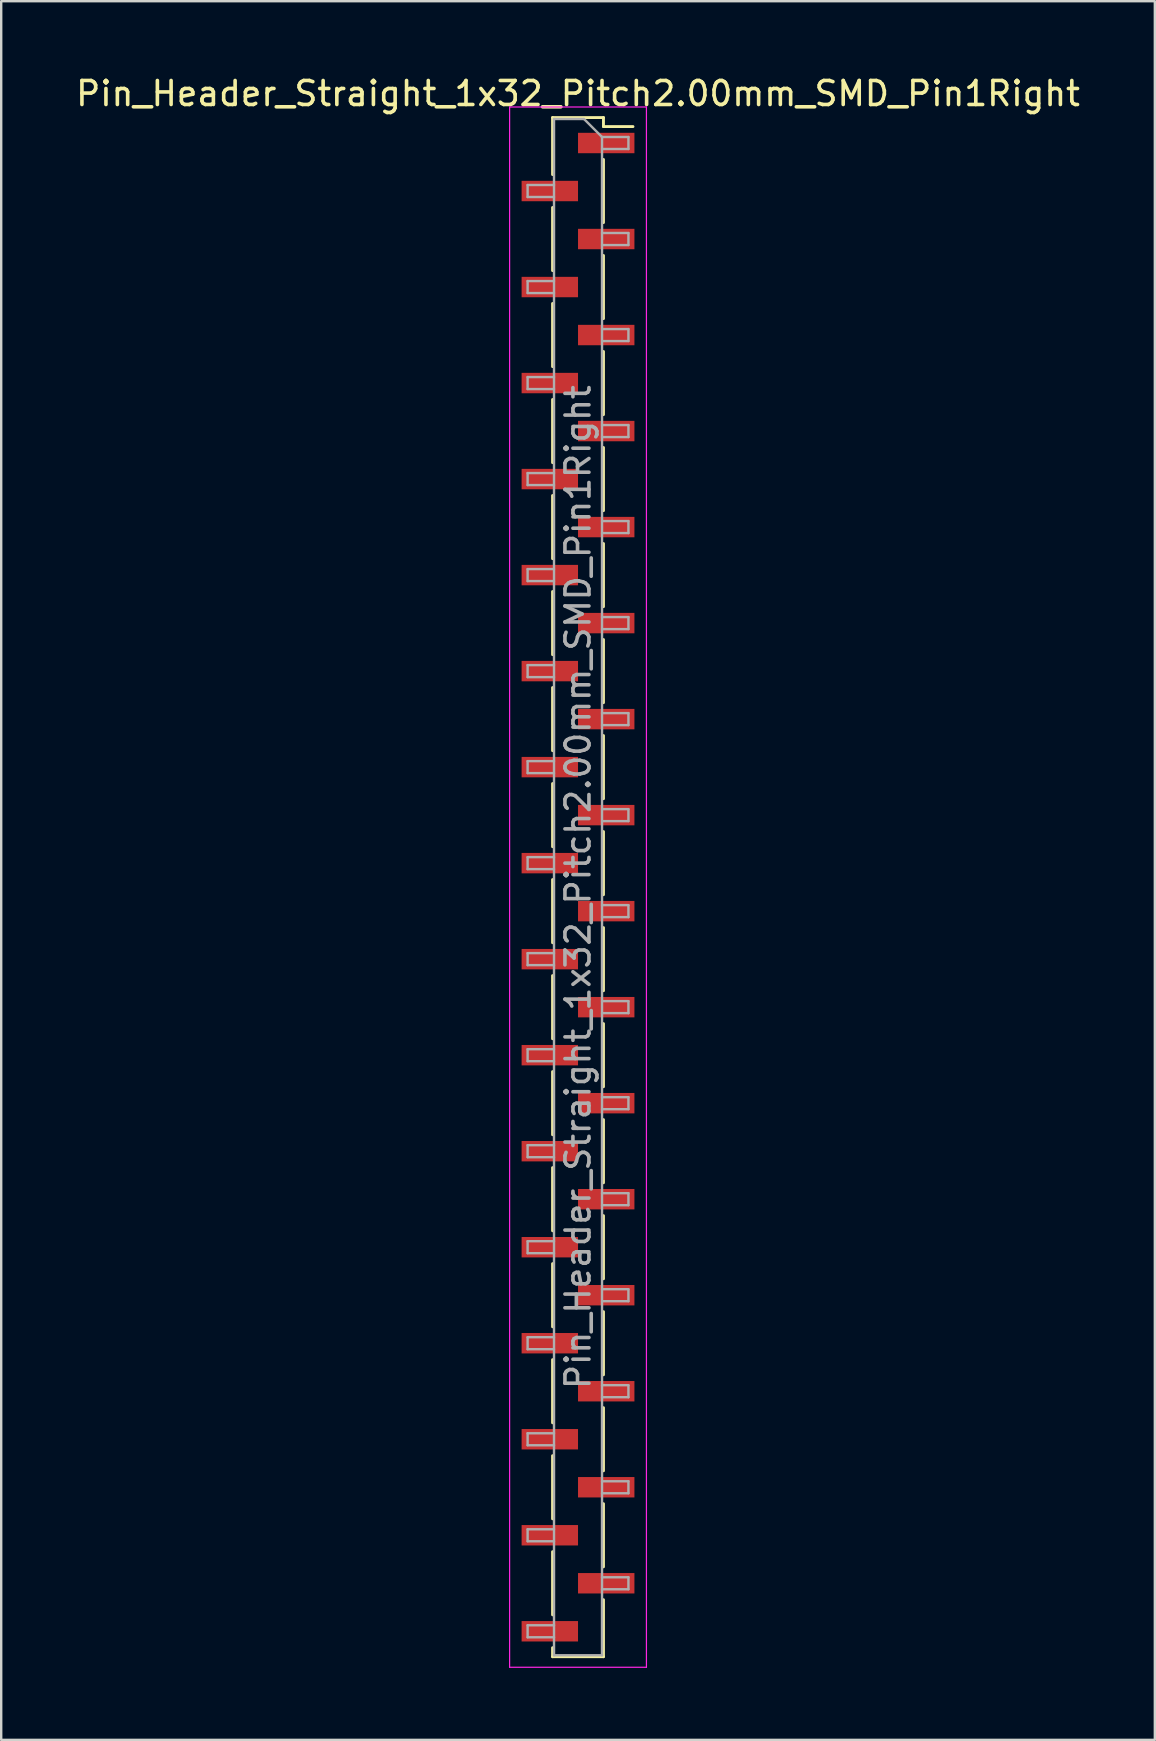
<source format=kicad_pcb>
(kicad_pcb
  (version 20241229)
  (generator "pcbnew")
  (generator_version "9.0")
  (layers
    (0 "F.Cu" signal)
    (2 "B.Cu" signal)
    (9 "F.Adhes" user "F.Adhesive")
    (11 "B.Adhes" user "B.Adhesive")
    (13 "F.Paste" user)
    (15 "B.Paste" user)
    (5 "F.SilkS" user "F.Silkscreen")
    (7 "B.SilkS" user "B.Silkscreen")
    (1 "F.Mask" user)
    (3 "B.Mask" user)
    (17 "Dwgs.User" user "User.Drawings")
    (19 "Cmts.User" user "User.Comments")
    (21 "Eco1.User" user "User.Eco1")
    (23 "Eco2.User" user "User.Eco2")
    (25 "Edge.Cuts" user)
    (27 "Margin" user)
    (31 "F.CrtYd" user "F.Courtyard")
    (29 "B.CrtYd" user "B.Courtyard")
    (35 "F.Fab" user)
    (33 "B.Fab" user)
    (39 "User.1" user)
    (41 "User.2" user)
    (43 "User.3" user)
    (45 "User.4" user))
  (footprint "Pin_Header_Straight_1x32_Pitch2.00mm_SMD_Pin1Right"
    (layer "F.Cu")
    (at 21.03 33.908)
    (property "Reference" "Pin_Header_Straight_1x32_Pitch2.00mm_SMD_Pin1Right" (at 0 -33.06 0) (layer "F.SilkS") (effects (font (size 1 1) (thickness 0.15))))
    (attr smd)
    (fp_line (start -1.06 -32.06) (end -1.06 -29.685) (stroke (width 0.12) (type solid)) (layer "F.SilkS"))
    (fp_line (start -1.06 -32.06) (end 1.06 -32.06) (stroke (width 0.12) (type solid)) (layer "F.SilkS"))
    (fp_line (start -1.06 -28.315) (end -1.06 -25.685) (stroke (width 0.12) (type solid)) (layer "F.SilkS"))
    (fp_line (start -1.06 -24.315) (end -1.06 -21.685) (stroke (width 0.12) (type solid)) (layer "F.SilkS"))
    (fp_line (start -1.06 -20.315) (end -1.06 -17.685) (stroke (width 0.12) (type solid)) (layer "F.SilkS"))
    (fp_line (start -1.06 -16.315) (end -1.06 -13.685) (stroke (width 0.12) (type solid)) (layer "F.SilkS"))
    (fp_line (start -1.06 -12.315) (end -1.06 -9.685) (stroke (width 0.12) (type solid)) (layer "F.SilkS"))
    (fp_line (start -1.06 -8.315) (end -1.06 -5.685) (stroke (width 0.12) (type solid)) (layer "F.SilkS"))
    (fp_line (start -1.06 -4.315) (end -1.06 -1.685) (stroke (width 0.12) (type solid)) (layer "F.SilkS"))
    (fp_line (start -1.06 -0.315) (end -1.06 2.315) (stroke (width 0.12) (type solid)) (layer "F.SilkS"))
    (fp_line (start -1.06 3.685) (end -1.06 6.315) (stroke (width 0.12) (type solid)) (layer "F.SilkS"))
    (fp_line (start -1.06 7.685) (end -1.06 10.315) (stroke (width 0.12) (type solid)) (layer "F.SilkS"))
    (fp_line (start -1.06 11.685) (end -1.06 14.315) (stroke (width 0.12) (type solid)) (layer "F.SilkS"))
    (fp_line (start -1.06 15.685) (end -1.06 18.315) (stroke (width 0.12) (type solid)) (layer "F.SilkS"))
    (fp_line (start -1.06 19.685) (end -1.06 22.315) (stroke (width 0.12) (type solid)) (layer "F.SilkS"))
    (fp_line (start -1.06 23.685) (end -1.06 26.315) (stroke (width 0.12) (type solid)) (layer "F.SilkS"))
    (fp_line (start -1.06 27.685) (end -1.06 30.315) (stroke (width 0.12) (type solid)) (layer "F.SilkS"))
    (fp_line (start -1.06 31.685) (end -1.06 32.06) (stroke (width 0.12) (type solid)) (layer "F.SilkS"))
    (fp_line (start -1.06 32.06) (end 1.06 32.06) (stroke (width 0.12) (type solid)) (layer "F.SilkS"))
    (fp_line (start 1.06 -32.06) (end 1.06 -31.685) (stroke (width 0.12) (type solid)) (layer "F.SilkS"))
    (fp_line (start 1.06 -31.685) (end 2.29 -31.685) (stroke (width 0.12) (type solid)) (layer "F.SilkS"))
    (fp_line (start 1.06 -30.315) (end 1.06 -27.685) (stroke (width 0.12) (type solid)) (layer "F.SilkS"))
    (fp_line (start 1.06 -26.315) (end 1.06 -23.685) (stroke (width 0.12) (type solid)) (layer "F.SilkS"))
    (fp_line (start 1.06 -22.315) (end 1.06 -19.685) (stroke (width 0.12) (type solid)) (layer "F.SilkS"))
    (fp_line (start 1.06 -18.315) (end 1.06 -15.685) (stroke (width 0.12) (type solid)) (layer "F.SilkS"))
    (fp_line (start 1.06 -14.315) (end 1.06 -11.685) (stroke (width 0.12) (type solid)) (layer "F.SilkS"))
    (fp_line (start 1.06 -10.315) (end 1.06 -7.685) (stroke (width 0.12) (type solid)) (layer "F.SilkS"))
    (fp_line (start 1.06 -6.315) (end 1.06 -3.685) (stroke (width 0.12) (type solid)) (layer "F.SilkS"))
    (fp_line (start 1.06 -2.315) (end 1.06 0.315) (stroke (width 0.12) (type solid)) (layer "F.SilkS"))
    (fp_line (start 1.06 1.685) (end 1.06 4.315) (stroke (width 0.12) (type solid)) (layer "F.SilkS"))
    (fp_line (start 1.06 5.685) (end 1.06 8.315) (stroke (width 0.12) (type solid)) (layer "F.SilkS"))
    (fp_line (start 1.06 9.685) (end 1.06 12.315) (stroke (width 0.12) (type solid)) (layer "F.SilkS"))
    (fp_line (start 1.06 13.685) (end 1.06 16.315) (stroke (width 0.12) (type solid)) (layer "F.SilkS"))
    (fp_line (start 1.06 17.685) (end 1.06 20.315) (stroke (width 0.12) (type solid)) (layer "F.SilkS"))
    (fp_line (start 1.06 21.685) (end 1.06 24.315) (stroke (width 0.12) (type solid)) (layer "F.SilkS"))
    (fp_line (start 1.06 25.685) (end 1.06 28.315) (stroke (width 0.12) (type solid)) (layer "F.SilkS"))
    (fp_line (start 1.06 29.685) (end 1.06 32.06) (stroke (width 0.12) (type solid)) (layer "F.SilkS"))
    (fp_line (start -2.85 -32.5) (end -2.85 32.5) (stroke (width 0.05) (type solid)) (layer "F.CrtYd"))
    (fp_line (start -2.85 32.5) (end 2.85 32.5) (stroke (width 0.05) (type solid)) (layer "F.CrtYd"))
    (fp_line (start 2.85 -32.5) (end -2.85 -32.5) (stroke (width 0.05) (type solid)) (layer "F.CrtYd"))
    (fp_line (start 2.85 32.5) (end 2.85 -32.5) (stroke (width 0.05) (type solid)) (layer "F.CrtYd"))
    (fp_line (start -2.1 -29.25) (end -2.1 -28.75) (stroke (width 0.1) (type solid)) (layer "F.Fab"))
    (fp_line (start -2.1 -28.75) (end -1 -28.75) (stroke (width 0.1) (type solid)) (layer "F.Fab"))
    (fp_line (start -2.1 -25.25) (end -2.1 -24.75) (stroke (width 0.1) (type solid)) (layer "F.Fab"))
    (fp_line (start -2.1 -24.75) (end -1 -24.75) (stroke (width 0.1) (type solid)) (layer "F.Fab"))
    (fp_line (start -2.1 -21.25) (end -2.1 -20.75) (stroke (width 0.1) (type solid)) (layer "F.Fab"))
    (fp_line (start -2.1 -20.75) (end -1 -20.75) (stroke (width 0.1) (type solid)) (layer "F.Fab"))
    (fp_line (start -2.1 -17.25) (end -2.1 -16.75) (stroke (width 0.1) (type solid)) (layer "F.Fab"))
    (fp_line (start -2.1 -16.75) (end -1 -16.75) (stroke (width 0.1) (type solid)) (layer "F.Fab"))
    (fp_line (start -2.1 -13.25) (end -2.1 -12.75) (stroke (width 0.1) (type solid)) (layer "F.Fab"))
    (fp_line (start -2.1 -12.75) (end -1 -12.75) (stroke (width 0.1) (type solid)) (layer "F.Fab"))
    (fp_line (start -2.1 -9.25) (end -2.1 -8.75) (stroke (width 0.1) (type solid)) (layer "F.Fab"))
    (fp_line (start -2.1 -8.75) (end -1 -8.75) (stroke (width 0.1) (type solid)) (layer "F.Fab"))
    (fp_line (start -2.1 -5.25) (end -2.1 -4.75) (stroke (width 0.1) (type solid)) (layer "F.Fab"))
    (fp_line (start -2.1 -4.75) (end -1 -4.75) (stroke (width 0.1) (type solid)) (layer "F.Fab"))
    (fp_line (start -2.1 -1.25) (end -2.1 -0.75) (stroke (width 0.1) (type solid)) (layer "F.Fab"))
    (fp_line (start -2.1 -0.75) (end -1 -0.75) (stroke (width 0.1) (type solid)) (layer "F.Fab"))
    (fp_line (start -2.1 2.75) (end -2.1 3.25) (stroke (width 0.1) (type solid)) (layer "F.Fab"))
    (fp_line (start -2.1 3.25) (end -1 3.25) (stroke (width 0.1) (type solid)) (layer "F.Fab"))
    (fp_line (start -2.1 6.75) (end -2.1 7.25) (stroke (width 0.1) (type solid)) (layer "F.Fab"))
    (fp_line (start -2.1 7.25) (end -1 7.25) (stroke (width 0.1) (type solid)) (layer "F.Fab"))
    (fp_line (start -2.1 10.75) (end -2.1 11.25) (stroke (width 0.1) (type solid)) (layer "F.Fab"))
    (fp_line (start -2.1 11.25) (end -1 11.25) (stroke (width 0.1) (type solid)) (layer "F.Fab"))
    (fp_line (start -2.1 14.75) (end -2.1 15.25) (stroke (width 0.1) (type solid)) (layer "F.Fab"))
    (fp_line (start -2.1 15.25) (end -1 15.25) (stroke (width 0.1) (type solid)) (layer "F.Fab"))
    (fp_line (start -2.1 18.75) (end -2.1 19.25) (stroke (width 0.1) (type solid)) (layer "F.Fab"))
    (fp_line (start -2.1 19.25) (end -1 19.25) (stroke (width 0.1) (type solid)) (layer "F.Fab"))
    (fp_line (start -2.1 22.75) (end -2.1 23.25) (stroke (width 0.1) (type solid)) (layer "F.Fab"))
    (fp_line (start -2.1 23.25) (end -1 23.25) (stroke (width 0.1) (type solid)) (layer "F.Fab"))
    (fp_line (start -2.1 26.75) (end -2.1 27.25) (stroke (width 0.1) (type solid)) (layer "F.Fab"))
    (fp_line (start -2.1 27.25) (end -1 27.25) (stroke (width 0.1) (type solid)) (layer "F.Fab"))
    (fp_line (start -2.1 30.75) (end -2.1 31.25) (stroke (width 0.1) (type solid)) (layer "F.Fab"))
    (fp_line (start -2.1 31.25) (end -1 31.25) (stroke (width 0.1) (type solid)) (layer "F.Fab"))
    (fp_line (start -1 -32) (end -1 32) (stroke (width 0.1) (type solid)) (layer "F.Fab"))
    (fp_line (start -1 -32) (end 0.25 -32) (stroke (width 0.1) (type solid)) (layer "F.Fab"))
    (fp_line (start -1 -29.25) (end -2.1 -29.25) (stroke (width 0.1) (type solid)) (layer "F.Fab"))
    (fp_line (start -1 -25.25) (end -2.1 -25.25) (stroke (width 0.1) (type solid)) (layer "F.Fab"))
    (fp_line (start -1 -21.25) (end -2.1 -21.25) (stroke (width 0.1) (type solid)) (layer "F.Fab"))
    (fp_line (start -1 -17.25) (end -2.1 -17.25) (stroke (width 0.1) (type solid)) (layer "F.Fab"))
    (fp_line (start -1 -13.25) (end -2.1 -13.25) (stroke (width 0.1) (type solid)) (layer "F.Fab"))
    (fp_line (start -1 -9.25) (end -2.1 -9.25) (stroke (width 0.1) (type solid)) (layer "F.Fab"))
    (fp_line (start -1 -5.25) (end -2.1 -5.25) (stroke (width 0.1) (type solid)) (layer "F.Fab"))
    (fp_line (start -1 -1.25) (end -2.1 -1.25) (stroke (width 0.1) (type solid)) (layer "F.Fab"))
    (fp_line (start -1 2.75) (end -2.1 2.75) (stroke (width 0.1) (type solid)) (layer "F.Fab"))
    (fp_line (start -1 6.75) (end -2.1 6.75) (stroke (width 0.1) (type solid)) (layer "F.Fab"))
    (fp_line (start -1 10.75) (end -2.1 10.75) (stroke (width 0.1) (type solid)) (layer "F.Fab"))
    (fp_line (start -1 14.75) (end -2.1 14.75) (stroke (width 0.1) (type solid)) (layer "F.Fab"))
    (fp_line (start -1 18.75) (end -2.1 18.75) (stroke (width 0.1) (type solid)) (layer "F.Fab"))
    (fp_line (start -1 22.75) (end -2.1 22.75) (stroke (width 0.1) (type solid)) (layer "F.Fab"))
    (fp_line (start -1 26.75) (end -2.1 26.75) (stroke (width 0.1) (type solid)) (layer "F.Fab"))
    (fp_line (start -1 30.75) (end -2.1 30.75) (stroke (width 0.1) (type solid)) (layer "F.Fab"))
    (fp_line (start 1 -31.25) (end 0.25 -32) (stroke (width 0.1) (type solid)) (layer "F.Fab"))
    (fp_line (start 1 -31.25) (end 2.1 -31.25) (stroke (width 0.1) (type solid)) (layer "F.Fab"))
    (fp_line (start 1 -27.25) (end 2.1 -27.25) (stroke (width 0.1) (type solid)) (layer "F.Fab"))
    (fp_line (start 1 -23.25) (end 2.1 -23.25) (stroke (width 0.1) (type solid)) (layer "F.Fab"))
    (fp_line (start 1 -19.25) (end 2.1 -19.25) (stroke (width 0.1) (type solid)) (layer "F.Fab"))
    (fp_line (start 1 -15.25) (end 2.1 -15.25) (stroke (width 0.1) (type solid)) (layer "F.Fab"))
    (fp_line (start 1 -11.25) (end 2.1 -11.25) (stroke (width 0.1) (type solid)) (layer "F.Fab"))
    (fp_line (start 1 -7.25) (end 2.1 -7.25) (stroke (width 0.1) (type solid)) (layer "F.Fab"))
    (fp_line (start 1 -3.25) (end 2.1 -3.25) (stroke (width 0.1) (type solid)) (layer "F.Fab"))
    (fp_line (start 1 0.75) (end 2.1 0.75) (stroke (width 0.1) (type solid)) (layer "F.Fab"))
    (fp_line (start 1 4.75) (end 2.1 4.75) (stroke (width 0.1) (type solid)) (layer "F.Fab"))
    (fp_line (start 1 8.75) (end 2.1 8.75) (stroke (width 0.1) (type solid)) (layer "F.Fab"))
    (fp_line (start 1 12.75) (end 2.1 12.75) (stroke (width 0.1) (type solid)) (layer "F.Fab"))
    (fp_line (start 1 16.75) (end 2.1 16.75) (stroke (width 0.1) (type solid)) (layer "F.Fab"))
    (fp_line (start 1 20.75) (end 2.1 20.75) (stroke (width 0.1) (type solid)) (layer "F.Fab"))
    (fp_line (start 1 24.75) (end 2.1 24.75) (stroke (width 0.1) (type solid)) (layer "F.Fab"))
    (fp_line (start 1 28.75) (end 2.1 28.75) (stroke (width 0.1) (type solid)) (layer "F.Fab"))
    (fp_line (start 1 32) (end -1 32) (stroke (width 0.1) (type solid)) (layer "F.Fab"))
    (fp_line (start 1 32) (end 1 -31.25) (stroke (width 0.1) (type solid)) (layer "F.Fab"))
    (fp_line (start 2.1 -31.25) (end 2.1 -30.75) (stroke (width 0.1) (type solid)) (layer "F.Fab"))
    (fp_line (start 2.1 -30.75) (end 1 -30.75) (stroke (width 0.1) (type solid)) (layer "F.Fab"))
    (fp_line (start 2.1 -27.25) (end 2.1 -26.75) (stroke (width 0.1) (type solid)) (layer "F.Fab"))
    (fp_line (start 2.1 -26.75) (end 1 -26.75) (stroke (width 0.1) (type solid)) (layer "F.Fab"))
    (fp_line (start 2.1 -23.25) (end 2.1 -22.75) (stroke (width 0.1) (type solid)) (layer "F.Fab"))
    (fp_line (start 2.1 -22.75) (end 1 -22.75) (stroke (width 0.1) (type solid)) (layer "F.Fab"))
    (fp_line (start 2.1 -19.25) (end 2.1 -18.75) (stroke (width 0.1) (type solid)) (layer "F.Fab"))
    (fp_line (start 2.1 -18.75) (end 1 -18.75) (stroke (width 0.1) (type solid)) (layer "F.Fab"))
    (fp_line (start 2.1 -15.25) (end 2.1 -14.75) (stroke (width 0.1) (type solid)) (layer "F.Fab"))
    (fp_line (start 2.1 -14.75) (end 1 -14.75) (stroke (width 0.1) (type solid)) (layer "F.Fab"))
    (fp_line (start 2.1 -11.25) (end 2.1 -10.75) (stroke (width 0.1) (type solid)) (layer "F.Fab"))
    (fp_line (start 2.1 -10.75) (end 1 -10.75) (stroke (width 0.1) (type solid)) (layer "F.Fab"))
    (fp_line (start 2.1 -7.25) (end 2.1 -6.75) (stroke (width 0.1) (type solid)) (layer "F.Fab"))
    (fp_line (start 2.1 -6.75) (end 1 -6.75) (stroke (width 0.1) (type solid)) (layer "F.Fab"))
    (fp_line (start 2.1 -3.25) (end 2.1 -2.75) (stroke (width 0.1) (type solid)) (layer "F.Fab"))
    (fp_line (start 2.1 -2.75) (end 1 -2.75) (stroke (width 0.1) (type solid)) (layer "F.Fab"))
    (fp_line (start 2.1 0.75) (end 2.1 1.25) (stroke (width 0.1) (type solid)) (layer "F.Fab"))
    (fp_line (start 2.1 1.25) (end 1 1.25) (stroke (width 0.1) (type solid)) (layer "F.Fab"))
    (fp_line (start 2.1 4.75) (end 2.1 5.25) (stroke (width 0.1) (type solid)) (layer "F.Fab"))
    (fp_line (start 2.1 5.25) (end 1 5.25) (stroke (width 0.1) (type solid)) (layer "F.Fab"))
    (fp_line (start 2.1 8.75) (end 2.1 9.25) (stroke (width 0.1) (type solid)) (layer "F.Fab"))
    (fp_line (start 2.1 9.25) (end 1 9.25) (stroke (width 0.1) (type solid)) (layer "F.Fab"))
    (fp_line (start 2.1 12.75) (end 2.1 13.25) (stroke (width 0.1) (type solid)) (layer "F.Fab"))
    (fp_line (start 2.1 13.25) (end 1 13.25) (stroke (width 0.1) (type solid)) (layer "F.Fab"))
    (fp_line (start 2.1 16.75) (end 2.1 17.25) (stroke (width 0.1) (type solid)) (layer "F.Fab"))
    (fp_line (start 2.1 17.25) (end 1 17.25) (stroke (width 0.1) (type solid)) (layer "F.Fab"))
    (fp_line (start 2.1 20.75) (end 2.1 21.25) (stroke (width 0.1) (type solid)) (layer "F.Fab"))
    (fp_line (start 2.1 21.25) (end 1 21.25) (stroke (width 0.1) (type solid)) (layer "F.Fab"))
    (fp_line (start 2.1 24.75) (end 2.1 25.25) (stroke (width 0.1) (type solid)) (layer "F.Fab"))
    (fp_line (start 2.1 25.25) (end 1 25.25) (stroke (width 0.1) (type solid)) (layer "F.Fab"))
    (fp_line (start 2.1 28.75) (end 2.1 29.25) (stroke (width 0.1) (type solid)) (layer "F.Fab"))
    (fp_line (start 2.1 29.25) (end 1 29.25) (stroke (width 0.1) (type solid)) (layer "F.Fab"))
    (fp_text user "${REFERENCE}" (at 0 0 90) (layer "F.Fab") (effects (font (size 1 1) (thickness 0.15))))
    (pad "1" smd rect (at 1.175 -31) (size 2.35 0.85) (layers "F.Cu" "F.Mask" "F.Paste"))
    (pad "2" smd rect (at -1.175 -29) (size 2.35 0.85) (layers "F.Cu" "F.Mask" "F.Paste"))
    (pad "3" smd rect (at 1.175 -27) (size 2.35 0.85) (layers "F.Cu" "F.Mask" "F.Paste"))
    (pad "4" smd rect (at -1.175 -25) (size 2.35 0.85) (layers "F.Cu" "F.Mask" "F.Paste"))
    (pad "5" smd rect (at 1.175 -23) (size 2.35 0.85) (layers "F.Cu" "F.Mask" "F.Paste"))
    (pad "6" smd rect (at -1.175 -21) (size 2.35 0.85) (layers "F.Cu" "F.Mask" "F.Paste"))
    (pad "7" smd rect (at 1.175 -19) (size 2.35 0.85) (layers "F.Cu" "F.Mask" "F.Paste"))
    (pad "8" smd rect (at -1.175 -17) (size 2.35 0.85) (layers "F.Cu" "F.Mask" "F.Paste"))
    (pad "9" smd rect (at 1.175 -15) (size 2.35 0.85) (layers "F.Cu" "F.Mask" "F.Paste"))
    (pad "10" smd rect (at -1.175 -13) (size 2.35 0.85) (layers "F.Cu" "F.Mask" "F.Paste"))
    (pad "11" smd rect (at 1.175 -11) (size 2.35 0.85) (layers "F.Cu" "F.Mask" "F.Paste"))
    (pad "12" smd rect (at -1.175 -9) (size 2.35 0.85) (layers "F.Cu" "F.Mask" "F.Paste"))
    (pad "13" smd rect (at 1.175 -7) (size 2.35 0.85) (layers "F.Cu" "F.Mask" "F.Paste"))
    (pad "14" smd rect (at -1.175 -5) (size 2.35 0.85) (layers "F.Cu" "F.Mask" "F.Paste"))
    (pad "15" smd rect (at 1.175 -3) (size 2.35 0.85) (layers "F.Cu" "F.Mask" "F.Paste"))
    (pad "16" smd rect (at -1.175 -1) (size 2.35 0.85) (layers "F.Cu" "F.Mask" "F.Paste"))
    (pad "17" smd rect (at 1.175 1) (size 2.35 0.85) (layers "F.Cu" "F.Mask" "F.Paste"))
    (pad "18" smd rect (at -1.175 3) (size 2.35 0.85) (layers "F.Cu" "F.Mask" "F.Paste"))
    (pad "19" smd rect (at 1.175 5) (size 2.35 0.85) (layers "F.Cu" "F.Mask" "F.Paste"))
    (pad "20" smd rect (at -1.175 7) (size 2.35 0.85) (layers "F.Cu" "F.Mask" "F.Paste"))
    (pad "21" smd rect (at 1.175 9) (size 2.35 0.85) (layers "F.Cu" "F.Mask" "F.Paste"))
    (pad "22" smd rect (at -1.175 11) (size 2.35 0.85) (layers "F.Cu" "F.Mask" "F.Paste"))
    (pad "23" smd rect (at 1.175 13) (size 2.35 0.85) (layers "F.Cu" "F.Mask" "F.Paste"))
    (pad "24" smd rect (at -1.175 15) (size 2.35 0.85) (layers "F.Cu" "F.Mask" "F.Paste"))
    (pad "25" smd rect (at 1.175 17) (size 2.35 0.85) (layers "F.Cu" "F.Mask" "F.Paste"))
    (pad "26" smd rect (at -1.175 19) (size 2.35 0.85) (layers "F.Cu" "F.Mask" "F.Paste"))
    (pad "27" smd rect (at 1.175 21) (size 2.35 0.85) (layers "F.Cu" "F.Mask" "F.Paste"))
    (pad "28" smd rect (at -1.175 23) (size 2.35 0.85) (layers "F.Cu" "F.Mask" "F.Paste"))
    (pad "29" smd rect (at 1.175 25) (size 2.35 0.85) (layers "F.Cu" "F.Mask" "F.Paste"))
    (pad "30" smd rect (at -1.175 27) (size 2.35 0.85) (layers "F.Cu" "F.Mask" "F.Paste"))
    (pad "31" smd rect (at 1.175 29) (size 2.35 0.85) (layers "F.Cu" "F.Mask" "F.Paste"))
    (pad "32" smd rect (at -1.175 31) (size 2.35 0.85) (layers "F.Cu" "F.Mask" "F.Paste")))
  (gr_rect
    (start -3 -3)
    (end 45.06 69.433)
    (stroke (width 0.1) (type default))
    (fill no)
    (layer "Edge.Cuts")))
</source>
